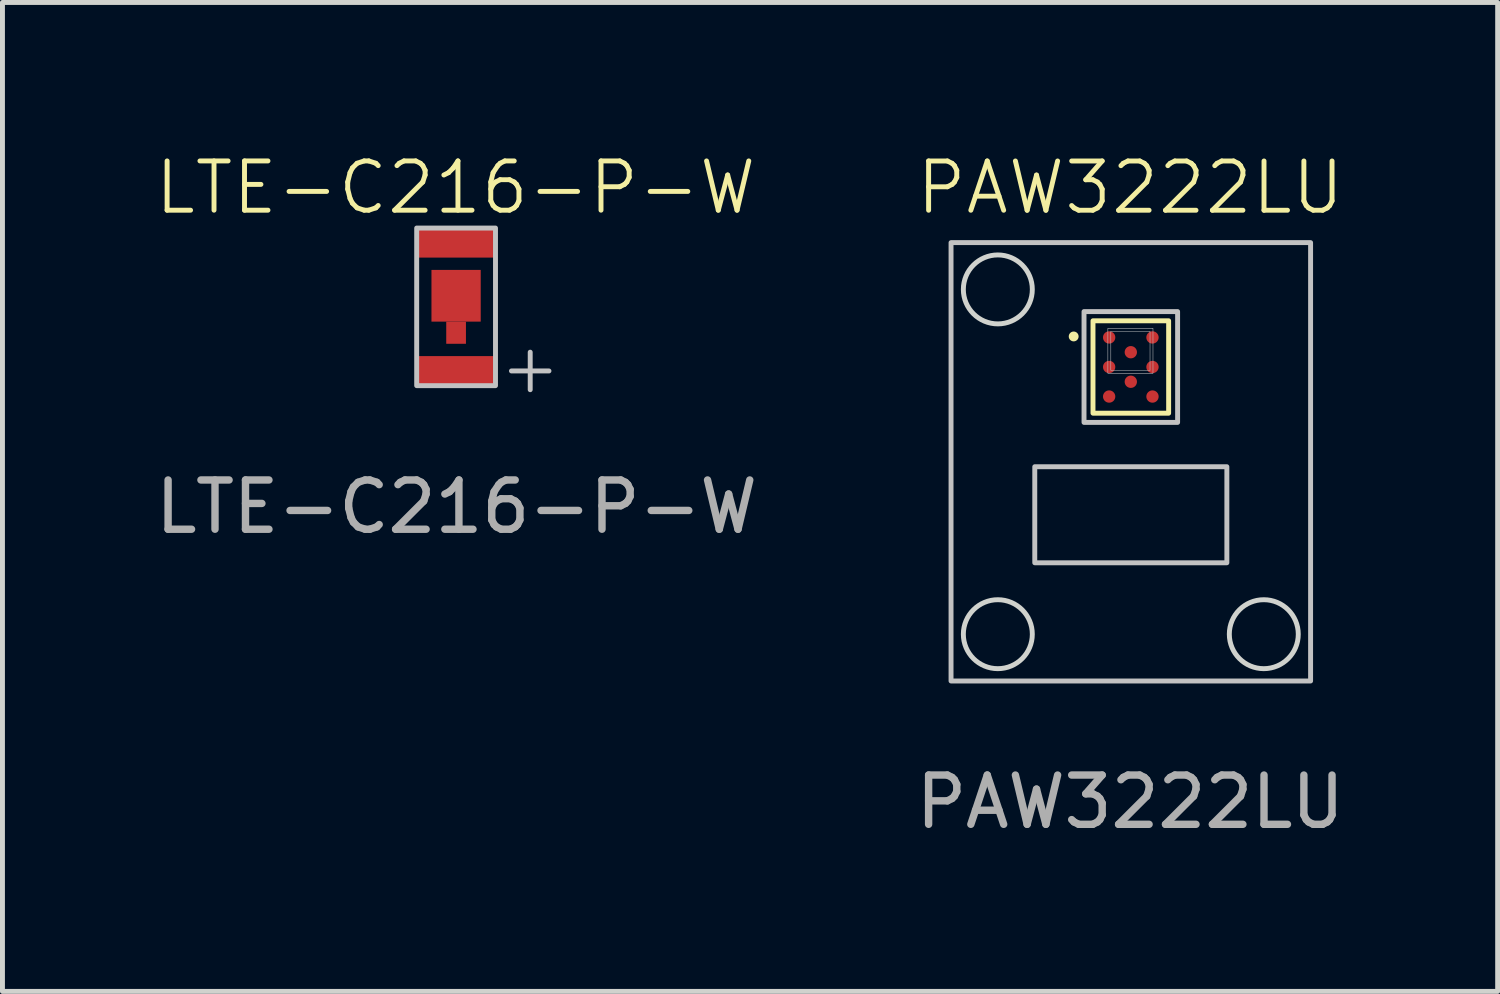
<source format=kicad_pcb>
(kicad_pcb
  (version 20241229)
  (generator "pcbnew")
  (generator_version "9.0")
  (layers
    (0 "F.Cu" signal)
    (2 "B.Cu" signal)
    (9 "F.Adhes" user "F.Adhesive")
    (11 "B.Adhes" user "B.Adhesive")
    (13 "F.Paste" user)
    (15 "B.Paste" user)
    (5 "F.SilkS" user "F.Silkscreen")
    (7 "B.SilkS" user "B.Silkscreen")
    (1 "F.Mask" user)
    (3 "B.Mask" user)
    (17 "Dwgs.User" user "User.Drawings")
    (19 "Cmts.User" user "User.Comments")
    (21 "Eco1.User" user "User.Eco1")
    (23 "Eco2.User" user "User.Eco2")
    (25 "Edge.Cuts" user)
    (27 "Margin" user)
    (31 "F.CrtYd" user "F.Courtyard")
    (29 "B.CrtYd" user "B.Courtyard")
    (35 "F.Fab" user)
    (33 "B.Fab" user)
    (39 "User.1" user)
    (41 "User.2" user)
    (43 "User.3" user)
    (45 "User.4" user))
  (footprint "LTE-C216-P-W"
    (layer "F.Cu")
    (at 6.21 3.18)
    (property "Reference" "LTE-C216-P-W" (at -0.01 -2.42 0) (unlocked yes) (layer "F.SilkS") (effects (font (size 1 1) (thickness 0.1))))
    (attr smd)
    (fp_rect (start -0.5 -0.75) (end 0.5 0.3) (stroke (width 0) (type solid)) (fill yes) (layer "F.Cu"))
    (fp_rect (start -0.2 0.3) (end 0.2 0.75) (stroke (width 0) (type solid)) (fill yes) (layer "F.Cu"))
    (fp_rect (start -0.8 -1.6) (end 0.8 1.6) (stroke (width 0.1) (type default)) (fill no) (layer "Dwgs.User"))
    (fp_text user "+" (at 0.82 1.81 0) (unlocked yes) (layer "Dwgs.User") (effects (font (size 1 1) (thickness 0.1)) (justify left bottom)))
    (fp_text user "${REFERENCE}" (at 0.01 4.06 0) (unlocked yes) (layer "F.Fab") (effects (font (size 1 1) (thickness 0.15))))
    (pad "1" smd rect (at 0 -1.3) (size 1.6 0.6) (layers "F.Cu" "F.Mask" "F.Paste"))
    (pad "2" smd rect (at 0 1.3) (size 1.6 0.6) (layers "F.Cu" "F.Mask" "F.Paste")))
  (footprint "PAW3222LU"
    (layer "F.Cu")
    (at 19.909 4.401)
    (property "Reference" "PAW3222LU" (at -0.01 -3.64 0) (unlocked yes) (layer "F.SilkS") (effects (font (size 1 1) (thickness 0.1))))
    (attr smd)
    (fp_rect (start -0.768 -0.938) (end 0.768 0.938) (stroke (width 0.1) (type default)) (fill no) (layer "F.SilkS"))
    (fp_circle (center -1.16 -0.62) (end -1.06 -0.62) (stroke (width 0) (type solid)) (fill yes) (layer "F.SilkS"))
    (fp_rect (start -3.65 -2.525) (end 3.65 6.375) (stroke (width 0.1) (type default)) (fill no) (layer "Dwgs.User"))
    (fp_rect (start -1.95 2.025) (end 1.95 3.975) (stroke (width 0.1) (type default)) (fill no) (layer "Dwgs.User"))
    (fp_rect (start -0.95 -1.125) (end 0.95 1.125) (stroke (width 0.1) (type default)) (fill no) (layer "Dwgs.User"))
    (fp_rect (start -0.466 -0.786) (end 0.45 0.13) (stroke (width 0.01) (type default)) (fill no) (layer "Dwgs.User"))
    (fp_rect (start -0.406 -0.726) (end 0.39 0.07) (stroke (width 0.01) (type default)) (fill no) (layer "Dwgs.User"))
    (fp_circle (center -2.7 -1.575) (end -2 -1.575) (stroke (width 0.1) (type default)) (fill no) (layer "Edge.Cuts"))
    (fp_circle (center -2.7 5.425) (end -2 5.425) (stroke (width 0.1) (type default)) (fill no) (layer "Edge.Cuts"))
    (fp_circle (center 2.7 5.425) (end 3.4 5.425) (stroke (width 0.1) (type default)) (fill no) (layer "Edge.Cuts"))
    (fp_text user "${REFERENCE}" (at -0.01 8.83 0) (unlocked yes) (layer "F.Fab") (effects (font (size 1 1) (thickness 0.15))))
    (pad "A1" smd circle (at -0.44 -0.6) (size 0.25 0.25) (layers "F.Cu" "F.Mask" "F.Paste"))
    (pad "A3" smd circle (at 0.44 -0.6) (size 0.25 0.25) (layers "F.Cu" "F.Mask" "F.Paste"))
    (pad "B2" smd circle (at 0 -0.3) (size 0.25 0.25) (layers "F.Cu" "F.Mask" "F.Paste"))
    (pad "C1" smd circle (at -0.44 0) (size 0.25 0.25) (layers "F.Cu" "F.Mask" "F.Paste"))
    (pad "C3" smd circle (at 0.44 0) (size 0.25 0.25) (layers "F.Cu" "F.Mask" "F.Paste"))
    (pad "D2" smd circle (at 0 0.3) (size 0.25 0.25) (layers "F.Cu" "F.Mask" "F.Paste"))
    (pad "E1" smd circle (at -0.44 0.6) (size 0.25 0.25) (layers "F.Cu" "F.Mask" "F.Paste"))
    (pad "E3" smd circle (at 0.44 0.6) (size 0.25 0.25) (layers "F.Cu" "F.Mask" "F.Paste")))
  (gr_rect
    (start -3 -3)
    (end 27.357 17.079)
    (stroke (width 0.1) (type default))
    (fill no)
    (layer "Edge.Cuts")))
</source>
